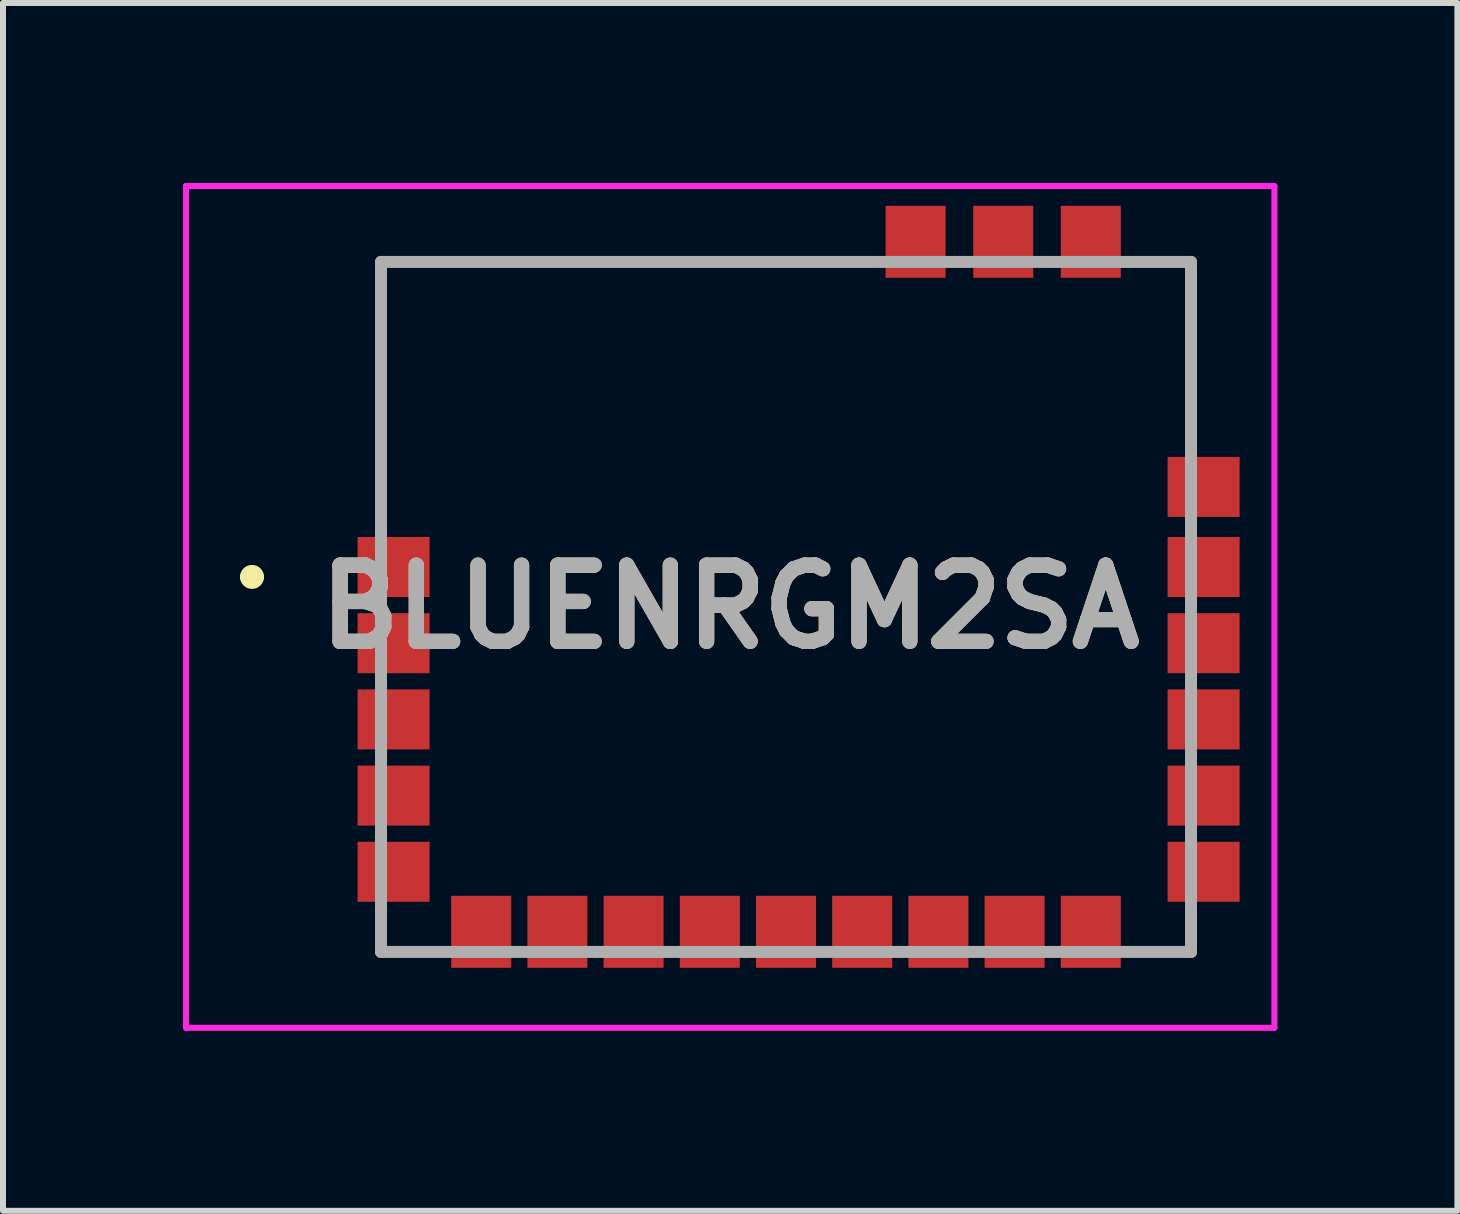
<source format=kicad_pcb>
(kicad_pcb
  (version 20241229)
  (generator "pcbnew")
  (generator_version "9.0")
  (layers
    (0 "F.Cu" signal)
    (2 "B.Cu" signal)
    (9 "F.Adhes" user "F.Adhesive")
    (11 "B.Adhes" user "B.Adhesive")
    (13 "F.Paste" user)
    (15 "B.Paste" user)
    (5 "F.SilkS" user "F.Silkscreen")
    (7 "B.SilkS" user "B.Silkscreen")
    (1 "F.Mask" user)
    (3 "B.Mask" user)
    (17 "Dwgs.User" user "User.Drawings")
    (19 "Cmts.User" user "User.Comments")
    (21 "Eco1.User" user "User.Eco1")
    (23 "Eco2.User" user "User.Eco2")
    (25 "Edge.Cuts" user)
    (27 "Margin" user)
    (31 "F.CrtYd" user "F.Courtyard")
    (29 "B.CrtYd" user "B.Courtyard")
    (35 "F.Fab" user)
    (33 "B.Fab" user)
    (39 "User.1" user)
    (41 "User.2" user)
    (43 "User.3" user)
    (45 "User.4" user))
  (footprint "BLUENRGM2SA"
    (layer "F.Cu")
    (at 9.12 7.065)
    (property "Reference" "BLUENRGM2SA" (at 0 0 0) (layer "F.SilkS") (effects (font (size 1.27 1.27) (thickness 0.254))))
    (attr smd)
    (fp_line (start -8.07 -0.5) (end -8.07 -0.5) (stroke (width 0.2) (type solid)) (layer "F.SilkS"))
    (fp_line (start -7.87 -0.5) (end -7.87 -0.5) (stroke (width 0.2) (type solid)) (layer "F.SilkS"))
    (fp_line (start -5.82 -5.75) (end -5.82 -2) (stroke (width 0.1) (type solid)) (layer "F.SilkS"))
    (fp_line (start 1.93 -5.75) (end -5.82 -5.75) (stroke (width 0.1) (type solid)) (layer "F.SilkS"))
    (fp_arc (start -8.07 -0.5) (mid -7.97 -0.6) (end -7.87 -0.5) (stroke (width 0.2) (type solid)) (layer "F.SilkS"))
    (fp_arc (start -7.87 -0.5) (mid -7.97 -0.4) (end -8.07 -0.5) (stroke (width 0.2) (type solid)) (layer "F.SilkS"))
    (fp_line (start -9.07 -7.015) (end 9.07 -7.015) (stroke (width 0.1) (type solid)) (layer "F.CrtYd"))
    (fp_line (start -9.07 7.015) (end -9.07 -7.015) (stroke (width 0.1) (type solid)) (layer "F.CrtYd"))
    (fp_line (start 9.07 -7.015) (end 9.07 7.015) (stroke (width 0.1) (type solid)) (layer "F.CrtYd"))
    (fp_line (start 9.07 7.015) (end -9.07 7.015) (stroke (width 0.1) (type solid)) (layer "F.CrtYd"))
    (fp_line (start -5.82 -5.75) (end 7.68 -5.75) (stroke (width 0.2) (type solid)) (layer "F.Fab"))
    (fp_line (start -5.82 5.75) (end -5.82 -5.75) (stroke (width 0.2) (type solid)) (layer "F.Fab"))
    (fp_line (start 7.68 -5.75) (end 7.68 5.75) (stroke (width 0.2) (type solid)) (layer "F.Fab"))
    (fp_line (start 7.68 5.75) (end -5.82 5.75) (stroke (width 0.2) (type solid)) (layer "F.Fab"))
    (fp_text user "${REFERENCE}" (at 0 0 0) (layer "F.Fab") (effects (font (size 1.27 1.27) (thickness 0.254))))
    (pad "1" smd rect (at -5.61 -0.665 90) (size 1 1.2) (layers "F.Cu" "F.Mask" "F.Paste"))
    (pad "2" smd rect (at -5.61 0.605 90) (size 1 1.2) (layers "F.Cu" "F.Mask" "F.Paste"))
    (pad "3" smd rect (at -5.61 1.875 90) (size 1 1.2) (layers "F.Cu" "F.Mask" "F.Paste"))
    (pad "4" smd rect (at -5.61 3.145 90) (size 1 1.2) (layers "F.Cu" "F.Mask" "F.Paste"))
    (pad "5" smd rect (at -5.61 4.415 90) (size 1 1.2) (layers "F.Cu" "F.Mask" "F.Paste"))
    (pad "6" smd rect (at -4.15 5.415) (size 1 1.2) (layers "F.Cu" "F.Mask" "F.Paste"))
    (pad "7" smd rect (at -2.88 5.415) (size 1 1.2) (layers "F.Cu" "F.Mask" "F.Paste"))
    (pad "8" smd rect (at -1.61 5.415) (size 1 1.2) (layers "F.Cu" "F.Mask" "F.Paste"))
    (pad "9" smd rect (at -0.34 5.415) (size 1 1.2) (layers "F.Cu" "F.Mask" "F.Paste"))
    (pad "10" smd rect (at 0.93 5.415) (size 1 1.2) (layers "F.Cu" "F.Mask" "F.Paste"))
    (pad "11" smd rect (at 2.2 5.415) (size 1 1.2) (layers "F.Cu" "F.Mask" "F.Paste"))
    (pad "12" smd rect (at 3.47 5.415) (size 1 1.2) (layers "F.Cu" "F.Mask" "F.Paste"))
    (pad "13" smd rect (at 4.74 5.415) (size 1 1.2) (layers "F.Cu" "F.Mask" "F.Paste"))
    (pad "14" smd rect (at 6.01 5.415) (size 1 1.2) (layers "F.Cu" "F.Mask" "F.Paste"))
    (pad "15" smd rect (at 7.89 4.415 90) (size 1 1.2) (layers "F.Cu" "F.Mask" "F.Paste"))
    (pad "16" smd rect (at 7.89 3.145 90) (size 1 1.2) (layers "F.Cu" "F.Mask" "F.Paste"))
    (pad "17" smd rect (at 7.89 1.875 90) (size 1 1.2) (layers "F.Cu" "F.Mask" "F.Paste"))
    (pad "18" smd rect (at 7.89 0.605 90) (size 1 1.2) (layers "F.Cu" "F.Mask" "F.Paste"))
    (pad "19" smd rect (at 7.89 -0.665 90) (size 1 1.2) (layers "F.Cu" "F.Mask" "F.Paste"))
    (pad "20" smd rect (at 7.89 -2 90) (size 1 1.2) (layers "F.Cu" "F.Mask" "F.Paste"))
    (pad "21" smd rect (at 6.01 -6.085) (size 1 1.2) (layers "F.Cu" "F.Mask" "F.Paste"))
    (pad "22" smd rect (at 4.55 -6.085) (size 1 1.2) (layers "F.Cu" "F.Mask" "F.Paste"))
    (pad "23" smd rect (at 3.09 -6.085) (size 1 1.2) (layers "F.Cu" "F.Mask" "F.Paste")))
  (gr_rect
    (start -3 -3)
    (end 21.24 17.13)
    (stroke (width 0.1) (type default))
    (fill no)
    (layer "Edge.Cuts")))
</source>
